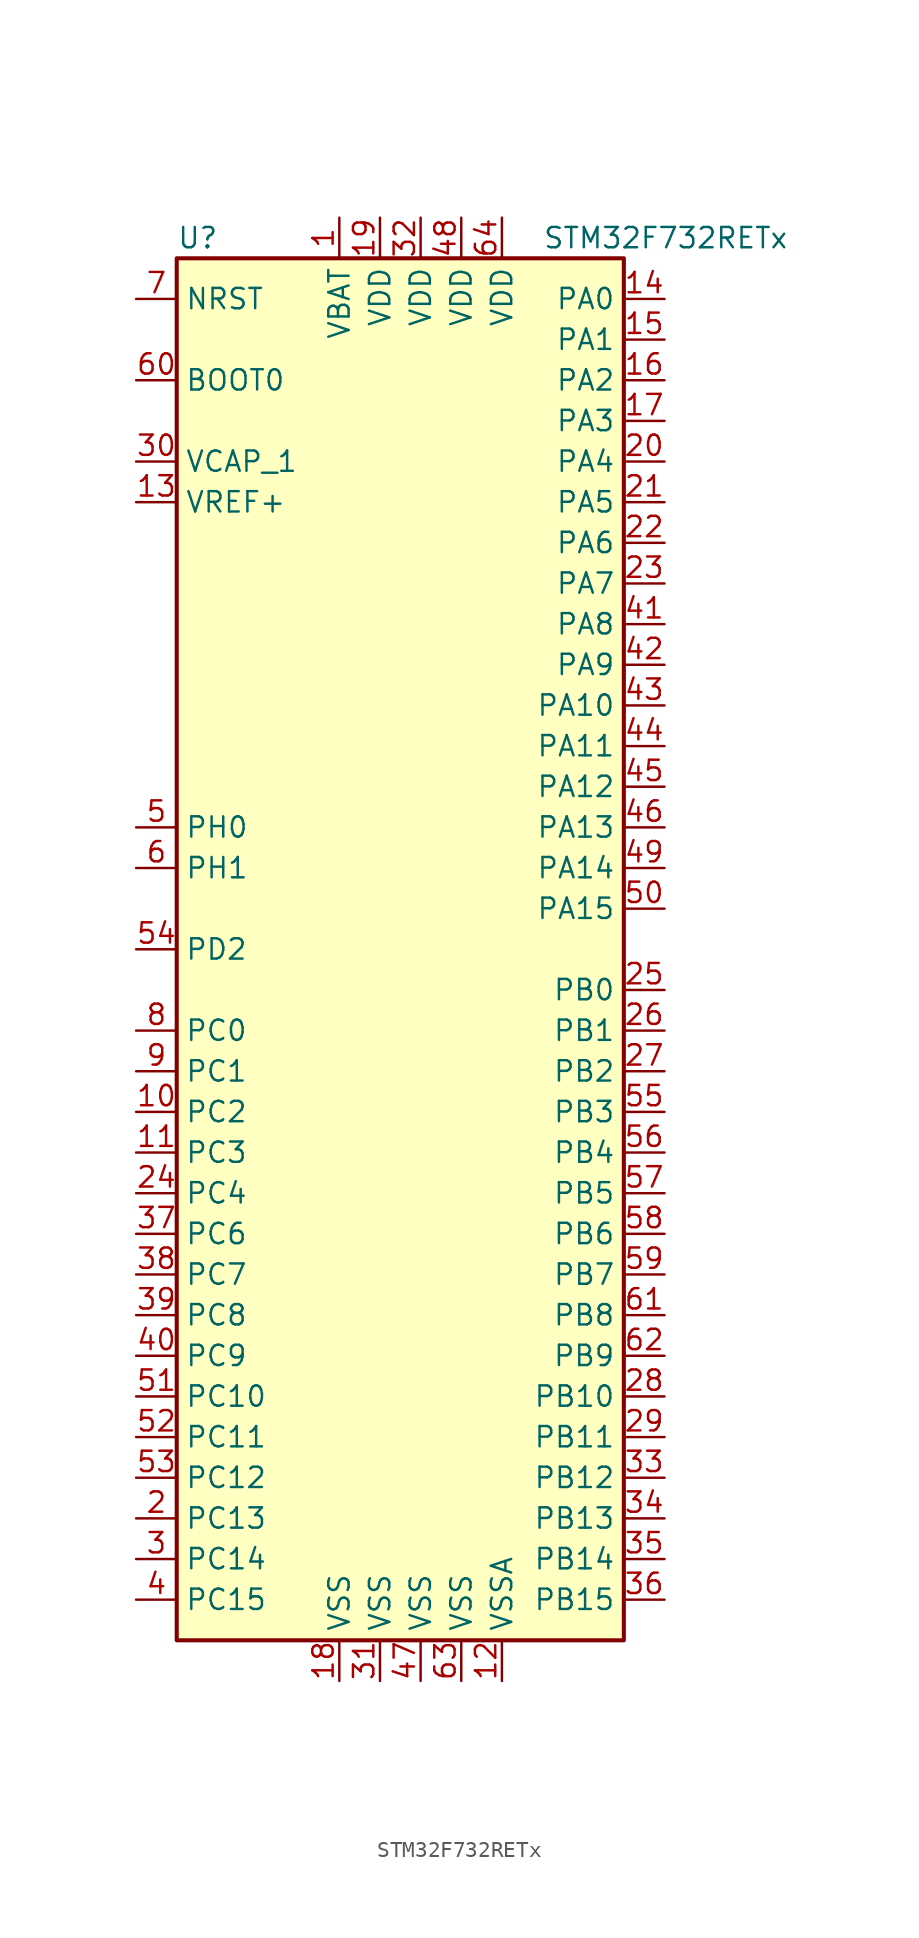
<source format=kicad_sym>
(kicad_symbol_lib
  (version 20211014)
  (generator kicad_symbol_editor)
  (symbol "STM32F732RETx"
    (property "Reference" "U"
      (at -15.24 44.45 0)
      (effects (font (size 1.27 1.27)) (justify left)))
    (property "Value" "STM32F732RETx"
      (at 7.62 44.45 0)
      (effects (font (size 1.27 1.27)) (justify left)))
    (symbol "STM32F732RETx_0_1"
      (rectangle (start -15.24 -43.18) (end 12.7 43.18) (stroke (width 0.254) (type default) (color 0 0 0 0)) (fill (type background))))
    (symbol "STM32F732RETx_1_1"
      (pin power_in line (at -5.08 45.72 270) (length 2.54) (name "VBAT" (effects (font (size 1.27 1.27)))) (number "1" (effects (font (size 1.27 1.27)))))
      (pin bidirectional line (at -17.78 -10.16 0) (length 2.54) (name "PC2" (effects (font (size 1.27 1.27)))) (number "10" (effects (font (size 1.27 1.27)))))
      (pin bidirectional line (at -17.78 -12.7 0) (length 2.54) (name "PC3" (effects (font (size 1.27 1.27)))) (number "11" (effects (font (size 1.27 1.27)))))
      (pin power_in line (at 5.08 -45.72 90) (length 2.54) (name "VSSA" (effects (font (size 1.27 1.27)))) (number "12" (effects (font (size 1.27 1.27)))))
      (pin power_in line (at -17.78 27.94 0) (length 2.54) (name "VREF+" (effects (font (size 1.27 1.27)))) (number "13" (effects (font (size 1.27 1.27)))))
      (pin bidirectional line (at 15.24 40.64 180) (length 2.54) (name "PA0" (effects (font (size 1.27 1.27)))) (number "14" (effects (font (size 1.27 1.27)))))
      (pin bidirectional line (at 15.24 38.1 180) (length 2.54) (name "PA1" (effects (font (size 1.27 1.27)))) (number "15" (effects (font (size 1.27 1.27)))))
      (pin bidirectional line (at 15.24 35.56 180) (length 2.54) (name "PA2" (effects (font (size 1.27 1.27)))) (number "16" (effects (font (size 1.27 1.27)))))
      (pin bidirectional line (at 15.24 33.02 180) (length 2.54) (name "PA3" (effects (font (size 1.27 1.27)))) (number "17" (effects (font (size 1.27 1.27)))))
      (pin power_in line (at -5.08 -45.72 90) (length 2.54) (name "VSS" (effects (font (size 1.27 1.27)))) (number "18" (effects (font (size 1.27 1.27)))))
      (pin power_in line (at -2.54 45.72 270) (length 2.54) (name "VDD" (effects (font (size 1.27 1.27)))) (number "19" (effects (font (size 1.27 1.27)))))
      (pin bidirectional line (at -17.78 -35.56 0) (length 2.54) (name "PC13" (effects (font (size 1.27 1.27)))) (number "2" (effects (font (size 1.27 1.27)))))
      (pin bidirectional line (at 15.24 30.48 180) (length 2.54) (name "PA4" (effects (font (size 1.27 1.27)))) (number "20" (effects (font (size 1.27 1.27)))))
      (pin bidirectional line (at 15.24 27.94 180) (length 2.54) (name "PA5" (effects (font (size 1.27 1.27)))) (number "21" (effects (font (size 1.27 1.27)))))
      (pin bidirectional line (at 15.24 25.4 180) (length 2.54) (name "PA6" (effects (font (size 1.27 1.27)))) (number "22" (effects (font (size 1.27 1.27)))))
      (pin bidirectional line (at 15.24 22.86 180) (length 2.54) (name "PA7" (effects (font (size 1.27 1.27)))) (number "23" (effects (font (size 1.27 1.27)))))
      (pin bidirectional line (at -17.78 -15.24 0) (length 2.54) (name "PC4" (effects (font (size 1.27 1.27)))) (number "24" (effects (font (size 1.27 1.27)))))
      (pin bidirectional line (at 15.24 -2.54 180) (length 2.54) (name "PB0" (effects (font (size 1.27 1.27)))) (number "25" (effects (font (size 1.27 1.27)))))
      (pin bidirectional line (at 15.24 -5.08 180) (length 2.54) (name "PB1" (effects (font (size 1.27 1.27)))) (number "26" (effects (font (size 1.27 1.27)))))
      (pin bidirectional line (at 15.24 -7.62 180) (length 2.54) (name "PB2" (effects (font (size 1.27 1.27)))) (number "27" (effects (font (size 1.27 1.27)))))
      (pin bidirectional line (at 15.24 -27.94 180) (length 2.54) (name "PB10" (effects (font (size 1.27 1.27)))) (number "28" (effects (font (size 1.27 1.27)))))
      (pin bidirectional line (at 15.24 -30.48 180) (length 2.54) (name "PB11" (effects (font (size 1.27 1.27)))) (number "29" (effects (font (size 1.27 1.27)))))
      (pin bidirectional line (at -17.78 -38.1 0) (length 2.54) (name "PC14" (effects (font (size 1.27 1.27)))) (number "3" (effects (font (size 1.27 1.27)))))
      (pin power_in line (at -17.78 30.48 0) (length 2.54) (name "VCAP_1" (effects (font (size 1.27 1.27)))) (number "30" (effects (font (size 1.27 1.27)))))
      (pin power_in line (at -2.54 -45.72 90) (length 2.54) (name "VSS" (effects (font (size 1.27 1.27)))) (number "31" (effects (font (size 1.27 1.27)))))
      (pin power_in line (at 0 45.72 270) (length 2.54) (name "VDD" (effects (font (size 1.27 1.27)))) (number "32" (effects (font (size 1.27 1.27)))))
      (pin bidirectional line (at 15.24 -33.02 180) (length 2.54) (name "PB12" (effects (font (size 1.27 1.27)))) (number "33" (effects (font (size 1.27 1.27)))))
      (pin bidirectional line (at 15.24 -35.56 180) (length 2.54) (name "PB13" (effects (font (size 1.27 1.27)))) (number "34" (effects (font (size 1.27 1.27)))))
      (pin bidirectional line (at 15.24 -38.1 180) (length 2.54) (name "PB14" (effects (font (size 1.27 1.27)))) (number "35" (effects (font (size 1.27 1.27)))))
      (pin bidirectional line (at 15.24 -40.64 180) (length 2.54) (name "PB15" (effects (font (size 1.27 1.27)))) (number "36" (effects (font (size 1.27 1.27)))))
      (pin bidirectional line (at -17.78 -17.78 0) (length 2.54) (name "PC6" (effects (font (size 1.27 1.27)))) (number "37" (effects (font (size 1.27 1.27)))))
      (pin bidirectional line (at -17.78 -20.32 0) (length 2.54) (name "PC7" (effects (font (size 1.27 1.27)))) (number "38" (effects (font (size 1.27 1.27)))))
      (pin bidirectional line (at -17.78 -22.86 0) (length 2.54) (name "PC8" (effects (font (size 1.27 1.27)))) (number "39" (effects (font (size 1.27 1.27)))))
      (pin bidirectional line (at -17.78 -40.64 0) (length 2.54) (name "PC15" (effects (font (size 1.27 1.27)))) (number "4" (effects (font (size 1.27 1.27)))))
      (pin bidirectional line (at -17.78 -25.4 0) (length 2.54) (name "PC9" (effects (font (size 1.27 1.27)))) (number "40" (effects (font (size 1.27 1.27)))))
      (pin bidirectional line (at 15.24 20.32 180) (length 2.54) (name "PA8" (effects (font (size 1.27 1.27)))) (number "41" (effects (font (size 1.27 1.27)))))
      (pin bidirectional line (at 15.24 17.78 180) (length 2.54) (name "PA9" (effects (font (size 1.27 1.27)))) (number "42" (effects (font (size 1.27 1.27)))))
      (pin bidirectional line (at 15.24 15.24 180) (length 2.54) (name "PA10" (effects (font (size 1.27 1.27)))) (number "43" (effects (font (size 1.27 1.27)))))
      (pin bidirectional line (at 15.24 12.7 180) (length 2.54) (name "PA11" (effects (font (size 1.27 1.27)))) (number "44" (effects (font (size 1.27 1.27)))))
      (pin bidirectional line (at 15.24 10.16 180) (length 2.54) (name "PA12" (effects (font (size 1.27 1.27)))) (number "45" (effects (font (size 1.27 1.27)))))
      (pin bidirectional line (at 15.24 7.62 180) (length 2.54) (name "PA13" (effects (font (size 1.27 1.27)))) (number "46" (effects (font (size 1.27 1.27)))))
      (pin power_in line (at 0 -45.72 90) (length 2.54) (name "VSS" (effects (font (size 1.27 1.27)))) (number "47" (effects (font (size 1.27 1.27)))))
      (pin power_in line (at 2.54 45.72 270) (length 2.54) (name "VDD" (effects (font (size 1.27 1.27)))) (number "48" (effects (font (size 1.27 1.27)))))
      (pin bidirectional line (at 15.24 5.08 180) (length 2.54) (name "PA14" (effects (font (size 1.27 1.27)))) (number "49" (effects (font (size 1.27 1.27)))))
      (pin input line (at -17.78 7.62 0) (length 2.54) (name "PH0" (effects (font (size 1.27 1.27)))) (number "5" (effects (font (size 1.27 1.27)))))
      (pin bidirectional line (at 15.24 2.54 180) (length 2.54) (name "PA15" (effects (font (size 1.27 1.27)))) (number "50" (effects (font (size 1.27 1.27)))))
      (pin bidirectional line (at -17.78 -27.94 0) (length 2.54) (name "PC10" (effects (font (size 1.27 1.27)))) (number "51" (effects (font (size 1.27 1.27)))))
      (pin bidirectional line (at -17.78 -30.48 0) (length 2.54) (name "PC11" (effects (font (size 1.27 1.27)))) (number "52" (effects (font (size 1.27 1.27)))))
      (pin bidirectional line (at -17.78 -33.02 0) (length 2.54) (name "PC12" (effects (font (size 1.27 1.27)))) (number "53" (effects (font (size 1.27 1.27)))))
      (pin bidirectional line (at -17.78 0 0) (length 2.54) (name "PD2" (effects (font (size 1.27 1.27)))) (number "54" (effects (font (size 1.27 1.27)))))
      (pin bidirectional line (at 15.24 -10.16 180) (length 2.54) (name "PB3" (effects (font (size 1.27 1.27)))) (number "55" (effects (font (size 1.27 1.27)))))
      (pin bidirectional line (at 15.24 -12.7 180) (length 2.54) (name "PB4" (effects (font (size 1.27 1.27)))) (number "56" (effects (font (size 1.27 1.27)))))
      (pin bidirectional line (at 15.24 -15.24 180) (length 2.54) (name "PB5" (effects (font (size 1.27 1.27)))) (number "57" (effects (font (size 1.27 1.27)))))
      (pin bidirectional line (at 15.24 -17.78 180) (length 2.54) (name "PB6" (effects (font (size 1.27 1.27)))) (number "58" (effects (font (size 1.27 1.27)))))
      (pin bidirectional line (at 15.24 -20.32 180) (length 2.54) (name "PB7" (effects (font (size 1.27 1.27)))) (number "59" (effects (font (size 1.27 1.27)))))
      (pin input line (at -17.78 5.08 0) (length 2.54) (name "PH1" (effects (font (size 1.27 1.27)))) (number "6" (effects (font (size 1.27 1.27)))))
      (pin input line (at -17.78 35.56 0) (length 2.54) (name "BOOT0" (effects (font (size 1.27 1.27)))) (number "60" (effects (font (size 1.27 1.27)))))
      (pin bidirectional line (at 15.24 -22.86 180) (length 2.54) (name "PB8" (effects (font (size 1.27 1.27)))) (number "61" (effects (font (size 1.27 1.27)))))
      (pin bidirectional line (at 15.24 -25.4 180) (length 2.54) (name "PB9" (effects (font (size 1.27 1.27)))) (number "62" (effects (font (size 1.27 1.27)))))
      (pin power_in line (at 2.54 -45.72 90) (length 2.54) (name "VSS" (effects (font (size 1.27 1.27)))) (number "63" (effects (font (size 1.27 1.27)))))
      (pin power_in line (at 5.08 45.72 270) (length 2.54) (name "VDD" (effects (font (size 1.27 1.27)))) (number "64" (effects (font (size 1.27 1.27)))))
      (pin input line (at -17.78 40.64 0) (length 2.54) (name "NRST" (effects (font (size 1.27 1.27)))) (number "7" (effects (font (size 1.27 1.27)))))
      (pin bidirectional line (at -17.78 -5.08 0) (length 2.54) (name "PC0" (effects (font (size 1.27 1.27)))) (number "8" (effects (font (size 1.27 1.27)))))
      (pin bidirectional line (at -17.78 -7.62 0) (length 2.54) (name "PC1" (effects (font (size 1.27 1.27)))) (number "9" (effects (font (size 1.27 1.27))))))))
</source>
